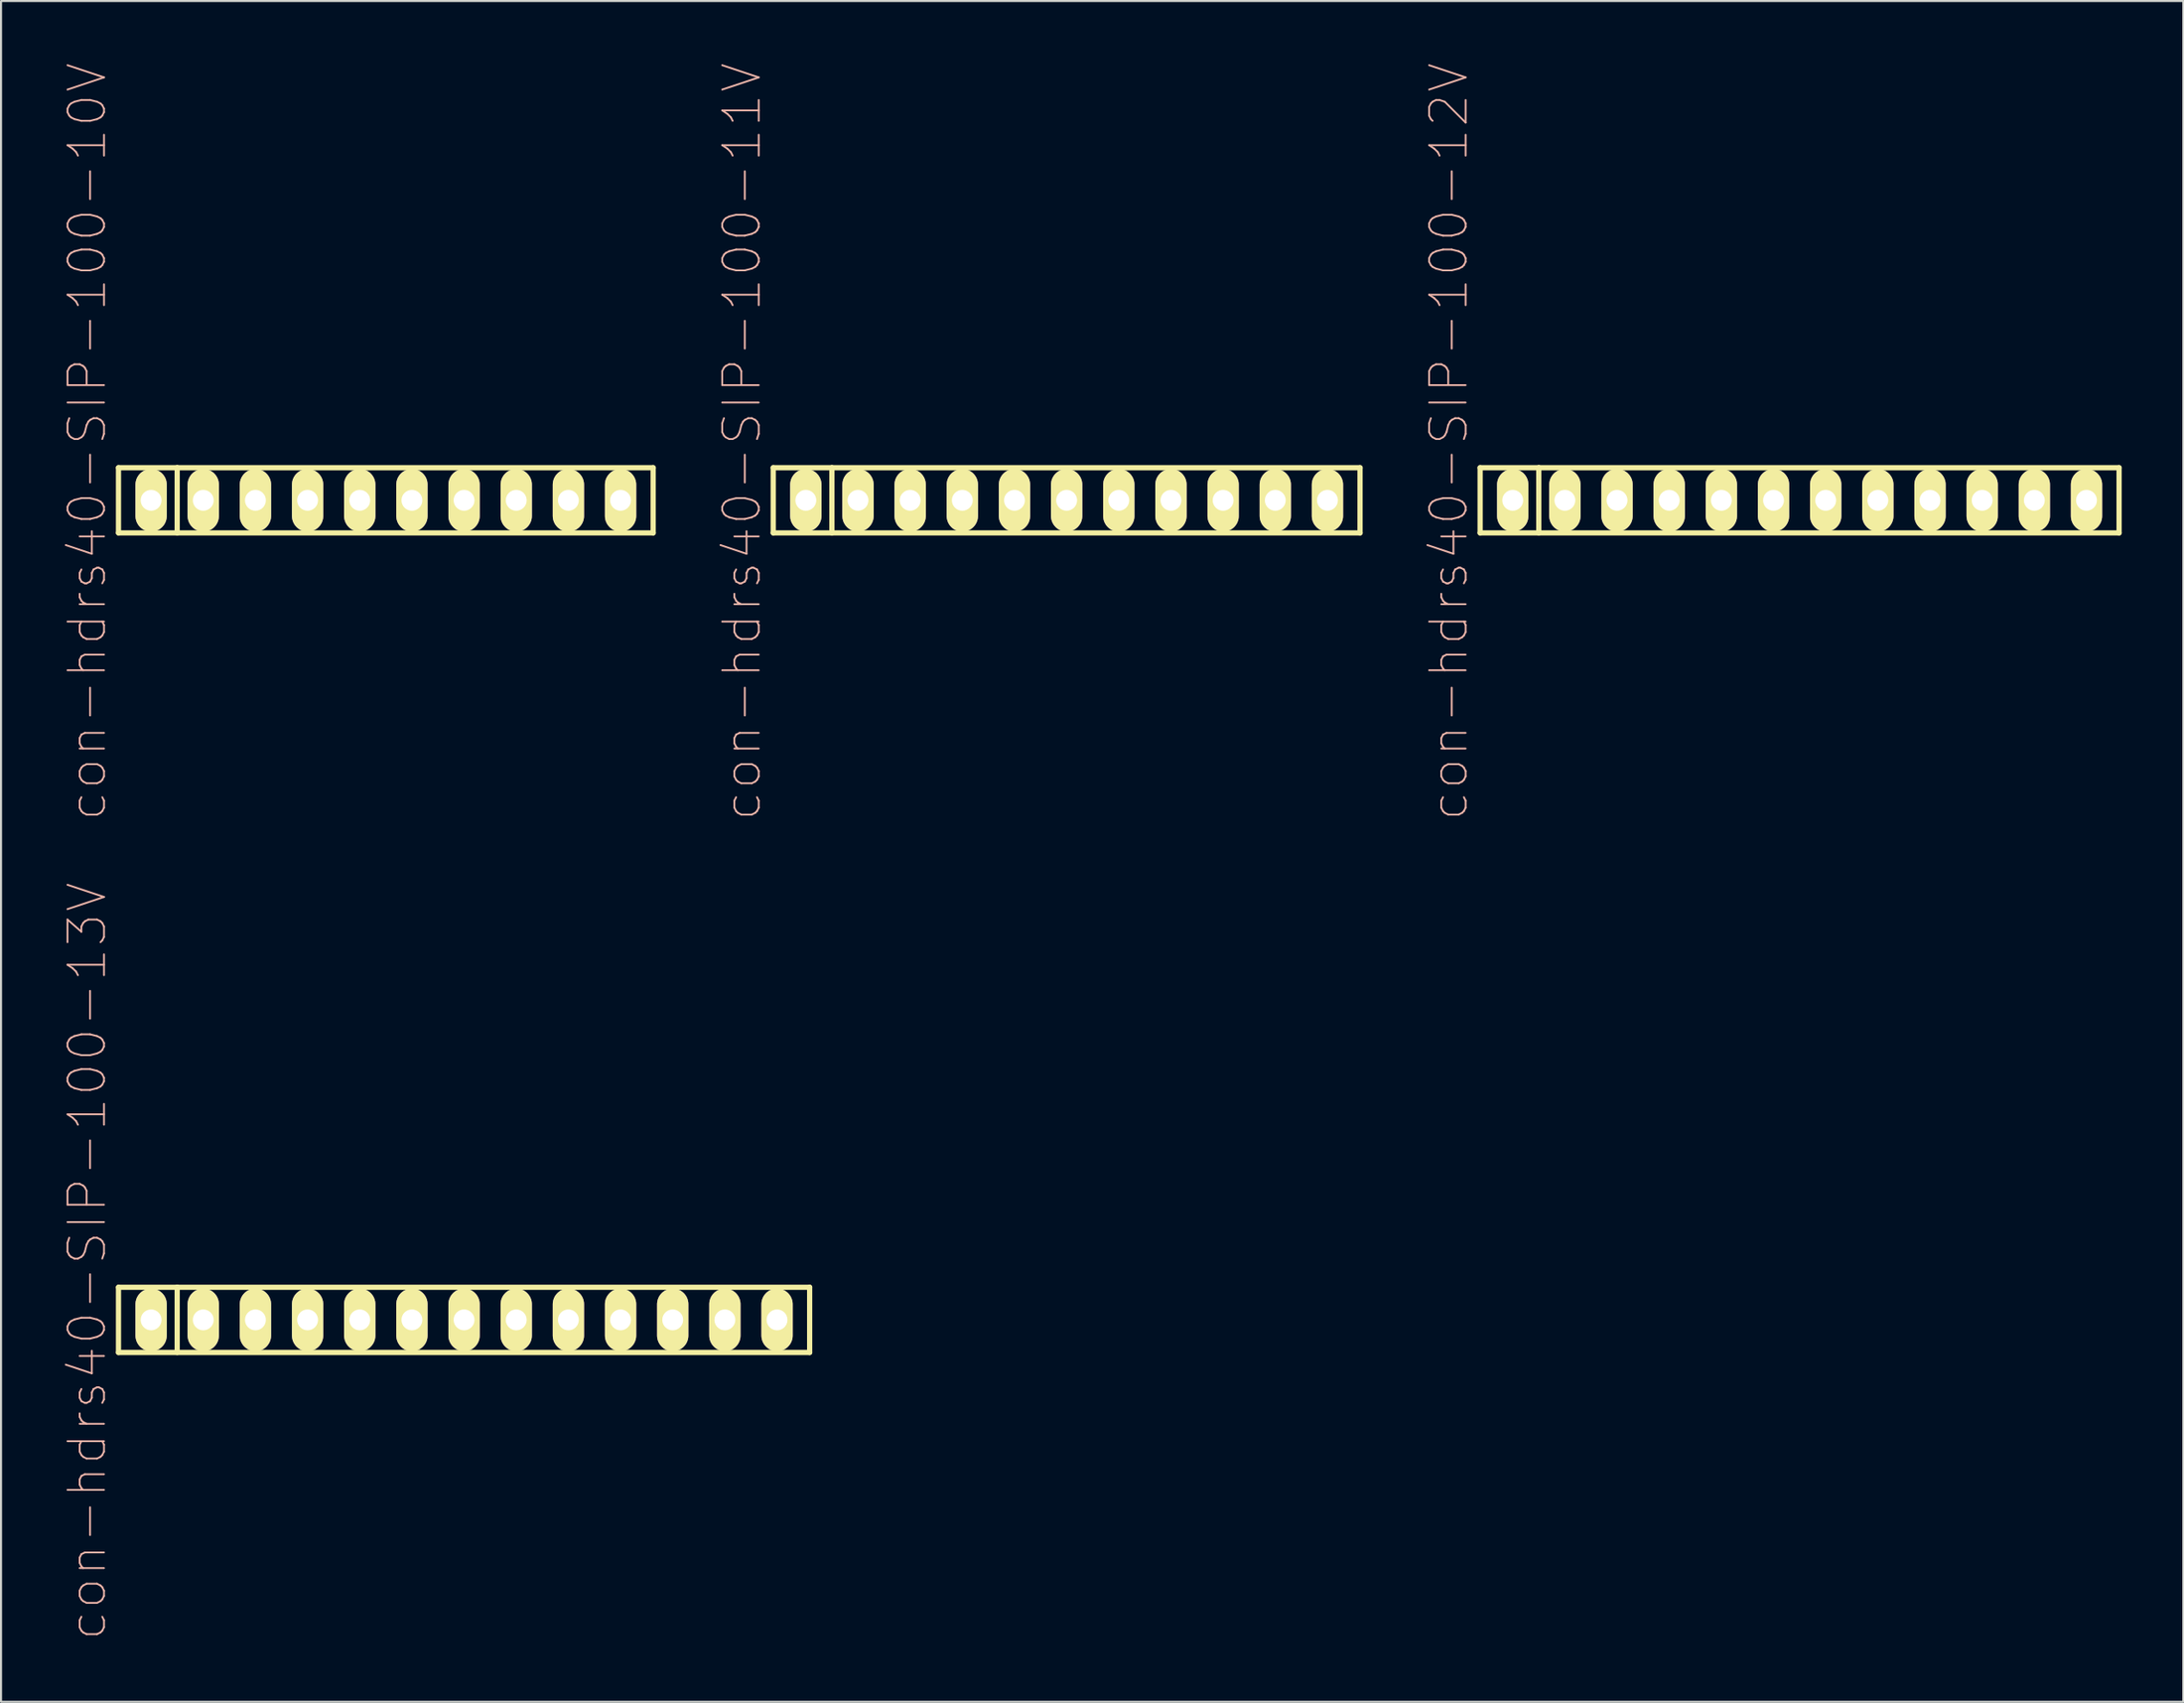
<source format=kicad_pcb>
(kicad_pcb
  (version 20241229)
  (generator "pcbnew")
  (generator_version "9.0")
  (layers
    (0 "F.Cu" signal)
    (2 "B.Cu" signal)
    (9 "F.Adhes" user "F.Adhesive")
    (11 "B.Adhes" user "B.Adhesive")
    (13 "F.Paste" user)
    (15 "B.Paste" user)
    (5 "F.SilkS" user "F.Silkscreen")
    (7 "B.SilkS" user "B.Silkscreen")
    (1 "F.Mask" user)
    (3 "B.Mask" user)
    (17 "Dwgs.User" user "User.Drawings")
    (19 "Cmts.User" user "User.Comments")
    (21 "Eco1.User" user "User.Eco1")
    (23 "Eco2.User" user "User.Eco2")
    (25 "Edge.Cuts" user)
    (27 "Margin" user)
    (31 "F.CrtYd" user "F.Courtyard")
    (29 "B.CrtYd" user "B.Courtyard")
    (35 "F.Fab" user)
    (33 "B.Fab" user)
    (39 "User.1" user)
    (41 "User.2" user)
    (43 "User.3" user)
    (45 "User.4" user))
  (footprint "con-hdrs40-SIP-100-11V"
    (layer "F.Cu")
    (at 48.89 21.313)
    (property "Reference" "con-hdrs40-SIP-100-11V" (at -15.812 -2.857 90) (layer "B.SilkS") (effects (font (size 1.778 1.778) (thickness 0.089))))
    (attr exclude_from_pos_files exclude_from_bom)
    (fp_line (start -14.287 -1.587) (end -14.287 1.587) (stroke (width 0.254) (type solid)) (layer "F.SilkS"))
    (fp_line (start -14.287 1.587) (end 14.287 1.587) (stroke (width 0.254) (type solid)) (layer "F.SilkS"))
    (fp_line (start -11.43 -1.587) (end -14.287 -1.587) (stroke (width 0.254) (type solid)) (layer "F.SilkS"))
    (fp_line (start -11.43 -1.587) (end -11.43 1.587) (stroke (width 0.254) (type solid)) (layer "F.SilkS"))
    (fp_line (start 14.287 -1.587) (end -11.43 -1.587) (stroke (width 0.254) (type solid)) (layer "F.SilkS"))
    (fp_line (start 14.287 1.587) (end 14.287 -1.587) (stroke (width 0.254) (type solid)) (layer "F.SilkS"))
    (pad "1" thru_hole oval (at -12.7 0) (size 1.524 3.048) (drill 1.016) (layers "*.Cu" "F.Mask" "F.SilkS" "F.Paste"))
    (pad "2" thru_hole oval (at -10.16 0) (size 1.524 3.048) (drill 1.016) (layers "*.Cu" "F.Mask" "F.SilkS" "F.Paste"))
    (pad "3" thru_hole oval (at -7.62 0) (size 1.524 3.048) (drill 1.016) (layers "*.Cu" "F.Mask" "F.SilkS" "F.Paste"))
    (pad "4" thru_hole oval (at -5.08 0) (size 1.524 3.048) (drill 1.016) (layers "*.Cu" "F.Mask" "F.SilkS" "F.Paste"))
    (pad "5" thru_hole oval (at -2.54 0) (size 1.524 3.048) (drill 1.016) (layers "*.Cu" "F.Mask" "F.SilkS" "F.Paste"))
    (pad "6" thru_hole oval (at 0 0) (size 1.524 3.048) (drill 1.016) (layers "*.Cu" "F.Mask" "F.SilkS" "F.Paste"))
    (pad "7" thru_hole oval (at 2.54 0) (size 1.524 3.048) (drill 1.016) (layers "*.Cu" "F.Mask" "F.SilkS" "F.Paste"))
    (pad "8" thru_hole oval (at 5.08 0) (size 1.524 3.048) (drill 1.016) (layers "*.Cu" "F.Mask" "F.SilkS" "F.Paste"))
    (pad "9" thru_hole oval (at 7.62 0) (size 1.524 3.048) (drill 1.016) (layers "*.Cu" "F.Mask" "F.SilkS" "F.Paste"))
    (pad "10" thru_hole oval (at 10.16 0) (size 1.524 3.048) (drill 1.016) (layers "*.Cu" "F.Mask" "F.SilkS" "F.Paste"))
    (pad "11" thru_hole oval (at 12.7 0) (size 1.524 3.048) (drill 1.016) (layers "*.Cu" "F.Mask" "F.SilkS" "F.Paste")))
  (footprint "con-hdrs40-SIP-100-13V"
    (layer "F.Cu")
    (at 19.548 61.223)
    (property "Reference" "con-hdrs40-SIP-100-13V" (at -18.352 -2.857 90) (layer "B.SilkS") (effects (font (size 1.778 1.778) (thickness 0.089))))
    (attr exclude_from_pos_files exclude_from_bom)
    (fp_line (start -16.828 -1.587) (end -16.828 1.587) (stroke (width 0.254) (type solid)) (layer "F.SilkS"))
    (fp_line (start -16.828 1.587) (end 16.828 1.587) (stroke (width 0.254) (type solid)) (layer "F.SilkS"))
    (fp_line (start -13.97 -1.587) (end -16.828 -1.587) (stroke (width 0.254) (type solid)) (layer "F.SilkS"))
    (fp_line (start -13.97 -1.587) (end -13.97 1.587) (stroke (width 0.254) (type solid)) (layer "F.SilkS"))
    (fp_line (start 16.828 -1.587) (end -13.97 -1.587) (stroke (width 0.254) (type solid)) (layer "F.SilkS"))
    (fp_line (start 16.828 1.587) (end 16.828 -1.587) (stroke (width 0.254) (type solid)) (layer "F.SilkS"))
    (pad "1" thru_hole oval (at -15.24 0) (size 1.524 3.048) (drill 1.016) (layers "*.Cu" "F.Mask" "F.SilkS" "F.Paste"))
    (pad "2" thru_hole oval (at -12.7 0) (size 1.524 3.048) (drill 1.016) (layers "*.Cu" "F.Mask" "F.SilkS" "F.Paste"))
    (pad "3" thru_hole oval (at -10.16 0) (size 1.524 3.048) (drill 1.016) (layers "*.Cu" "F.Mask" "F.SilkS" "F.Paste"))
    (pad "4" thru_hole oval (at -7.62 0) (size 1.524 3.048) (drill 1.016) (layers "*.Cu" "F.Mask" "F.SilkS" "F.Paste"))
    (pad "5" thru_hole oval (at -5.08 0) (size 1.524 3.048) (drill 1.016) (layers "*.Cu" "F.Mask" "F.SilkS" "F.Paste"))
    (pad "6" thru_hole oval (at -2.54 0) (size 1.524 3.048) (drill 1.016) (layers "*.Cu" "F.Mask" "F.SilkS" "F.Paste"))
    (pad "7" thru_hole oval (at 0 0) (size 1.524 3.048) (drill 1.016) (layers "*.Cu" "F.Mask" "F.SilkS" "F.Paste"))
    (pad "8" thru_hole oval (at 2.54 0) (size 1.524 3.048) (drill 1.016) (layers "*.Cu" "F.Mask" "F.SilkS" "F.Paste"))
    (pad "9" thru_hole oval (at 5.08 0) (size 1.524 3.048) (drill 1.016) (layers "*.Cu" "F.Mask" "F.SilkS" "F.Paste"))
    (pad "10" thru_hole oval (at 7.62 0) (size 1.524 3.048) (drill 1.016) (layers "*.Cu" "F.Mask" "F.SilkS" "F.Paste"))
    (pad "11" thru_hole oval (at 10.16 0) (size 1.524 3.048) (drill 1.016) (layers "*.Cu" "F.Mask" "F.SilkS" "F.Paste"))
    (pad "12" thru_hole oval (at 12.7 0) (size 1.524 3.048) (drill 1.016) (layers "*.Cu" "F.Mask" "F.SilkS" "F.Paste"))
    (pad "13" thru_hole oval (at 15.24 0) (size 1.524 3.048) (drill 1.016) (layers "*.Cu" "F.Mask" "F.SilkS" "F.Paste")))
  (footprint "con-hdrs40-SIP-100-12V"
    (layer "F.Cu")
    (at 84.582 21.313)
    (property "Reference" "con-hdrs40-SIP-100-12V" (at -17.081 -2.857 90) (layer "B.SilkS") (effects (font (size 1.778 1.778) (thickness 0.089))))
    (attr exclude_from_pos_files exclude_from_bom)
    (fp_line (start -15.557 -1.587) (end -15.557 1.587) (stroke (width 0.254) (type solid)) (layer "F.SilkS"))
    (fp_line (start -15.557 1.587) (end 15.557 1.587) (stroke (width 0.254) (type solid)) (layer "F.SilkS"))
    (fp_line (start -12.7 -1.587) (end -15.557 -1.587) (stroke (width 0.254) (type solid)) (layer "F.SilkS"))
    (fp_line (start -12.7 -1.587) (end -12.7 1.587) (stroke (width 0.254) (type solid)) (layer "F.SilkS"))
    (fp_line (start 15.557 -1.587) (end -12.7 -1.587) (stroke (width 0.254) (type solid)) (layer "F.SilkS"))
    (fp_line (start 15.557 1.587) (end 15.557 -1.587) (stroke (width 0.254) (type solid)) (layer "F.SilkS"))
    (pad "1" thru_hole oval (at -13.97 0) (size 1.524 3.048) (drill 1.016) (layers "*.Cu" "F.Mask" "F.SilkS" "F.Paste"))
    (pad "2" thru_hole oval (at -11.43 0) (size 1.524 3.048) (drill 1.016) (layers "*.Cu" "F.Mask" "F.SilkS" "F.Paste"))
    (pad "3" thru_hole oval (at -8.89 0) (size 1.524 3.048) (drill 1.016) (layers "*.Cu" "F.Mask" "F.SilkS" "F.Paste"))
    (pad "4" thru_hole oval (at -6.35 0) (size 1.524 3.048) (drill 1.016) (layers "*.Cu" "F.Mask" "F.SilkS" "F.Paste"))
    (pad "5" thru_hole oval (at -3.81 0) (size 1.524 3.048) (drill 1.016) (layers "*.Cu" "F.Mask" "F.SilkS" "F.Paste"))
    (pad "6" thru_hole oval (at -1.27 0) (size 1.524 3.048) (drill 1.016) (layers "*.Cu" "F.Mask" "F.SilkS" "F.Paste"))
    (pad "7" thru_hole oval (at 1.27 0) (size 1.524 3.048) (drill 1.016) (layers "*.Cu" "F.Mask" "F.SilkS" "F.Paste"))
    (pad "8" thru_hole oval (at 3.81 0) (size 1.524 3.048) (drill 1.016) (layers "*.Cu" "F.Mask" "F.SilkS" "F.Paste"))
    (pad "9" thru_hole oval (at 6.35 0) (size 1.524 3.048) (drill 1.016) (layers "*.Cu" "F.Mask" "F.SilkS" "F.Paste"))
    (pad "10" thru_hole oval (at 8.89 0) (size 1.524 3.048) (drill 1.016) (layers "*.Cu" "F.Mask" "F.SilkS" "F.Paste"))
    (pad "11" thru_hole oval (at 11.43 0) (size 1.524 3.048) (drill 1.016) (layers "*.Cu" "F.Mask" "F.SilkS" "F.Paste"))
    (pad "12" thru_hole oval (at 13.97 0) (size 1.524 3.048) (drill 1.016) (layers "*.Cu" "F.Mask" "F.SilkS" "F.Paste")))
  (footprint "con-hdrs40-SIP-100-10V"
    (layer "F.Cu")
    (at 15.738 21.313)
    (property "Reference" "con-hdrs40-SIP-100-10V" (at -14.541 -2.857 90) (layer "B.SilkS") (effects (font (size 1.778 1.778) (thickness 0.089))))
    (attr exclude_from_pos_files exclude_from_bom)
    (fp_line (start -13.018 -1.587) (end -13.018 1.587) (stroke (width 0.254) (type solid)) (layer "F.SilkS"))
    (fp_line (start -13.018 1.587) (end 13.018 1.587) (stroke (width 0.254) (type solid)) (layer "F.SilkS"))
    (fp_line (start -10.16 -1.587) (end -13.018 -1.587) (stroke (width 0.254) (type solid)) (layer "F.SilkS"))
    (fp_line (start -10.16 -1.587) (end -10.16 1.587) (stroke (width 0.254) (type solid)) (layer "F.SilkS"))
    (fp_line (start 13.018 -1.587) (end -10.16 -1.587) (stroke (width 0.254) (type solid)) (layer "F.SilkS"))
    (fp_line (start 13.018 1.587) (end 13.018 -1.587) (stroke (width 0.254) (type solid)) (layer "F.SilkS"))
    (pad "1" thru_hole oval (at -11.43 0) (size 1.524 3.048) (drill 1.016) (layers "*.Cu" "F.Mask" "F.SilkS" "F.Paste"))
    (pad "2" thru_hole oval (at -8.89 0) (size 1.524 3.048) (drill 1.016) (layers "*.Cu" "F.Mask" "F.SilkS" "F.Paste"))
    (pad "3" thru_hole oval (at -6.35 0) (size 1.524 3.048) (drill 1.016) (layers "*.Cu" "F.Mask" "F.SilkS" "F.Paste"))
    (pad "4" thru_hole oval (at -3.81 0) (size 1.524 3.048) (drill 1.016) (layers "*.Cu" "F.Mask" "F.SilkS" "F.Paste"))
    (pad "5" thru_hole oval (at -1.27 0) (size 1.524 3.048) (drill 1.016) (layers "*.Cu" "F.Mask" "F.SilkS" "F.Paste"))
    (pad "6" thru_hole oval (at 1.27 0) (size 1.524 3.048) (drill 1.016) (layers "*.Cu" "F.Mask" "F.SilkS" "F.Paste"))
    (pad "7" thru_hole oval (at 3.81 0) (size 1.524 3.048) (drill 1.016) (layers "*.Cu" "F.Mask" "F.SilkS" "F.Paste"))
    (pad "8" thru_hole oval (at 6.35 0) (size 1.524 3.048) (drill 1.016) (layers "*.Cu" "F.Mask" "F.SilkS" "F.Paste"))
    (pad "9" thru_hole oval (at 8.89 0) (size 1.524 3.048) (drill 1.016) (layers "*.Cu" "F.Mask" "F.SilkS" "F.Paste"))
    (pad "10" thru_hole oval (at 11.43 0) (size 1.524 3.048) (drill 1.016) (layers "*.Cu" "F.Mask" "F.SilkS" "F.Paste")))
  (gr_rect
    (start -3 -3)
    (end 103.266 79.821)
    (stroke (width 0.1) (type default))
    (fill no)
    (layer "Edge.Cuts")))
</source>
